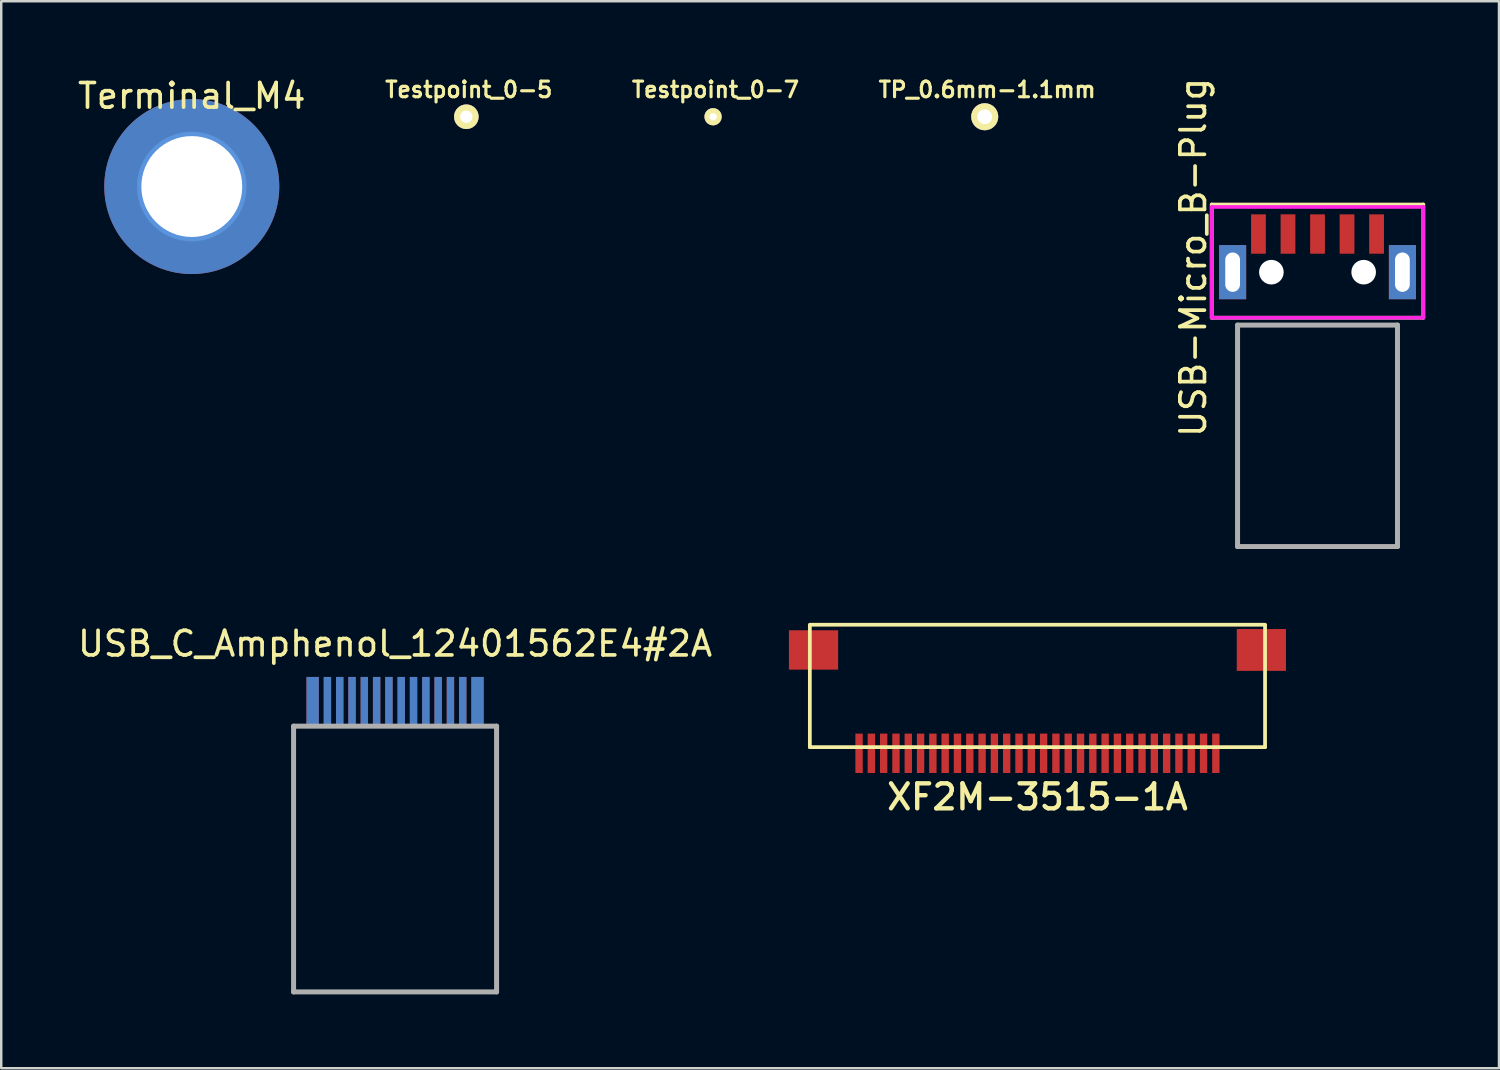
<source format=kicad_pcb>
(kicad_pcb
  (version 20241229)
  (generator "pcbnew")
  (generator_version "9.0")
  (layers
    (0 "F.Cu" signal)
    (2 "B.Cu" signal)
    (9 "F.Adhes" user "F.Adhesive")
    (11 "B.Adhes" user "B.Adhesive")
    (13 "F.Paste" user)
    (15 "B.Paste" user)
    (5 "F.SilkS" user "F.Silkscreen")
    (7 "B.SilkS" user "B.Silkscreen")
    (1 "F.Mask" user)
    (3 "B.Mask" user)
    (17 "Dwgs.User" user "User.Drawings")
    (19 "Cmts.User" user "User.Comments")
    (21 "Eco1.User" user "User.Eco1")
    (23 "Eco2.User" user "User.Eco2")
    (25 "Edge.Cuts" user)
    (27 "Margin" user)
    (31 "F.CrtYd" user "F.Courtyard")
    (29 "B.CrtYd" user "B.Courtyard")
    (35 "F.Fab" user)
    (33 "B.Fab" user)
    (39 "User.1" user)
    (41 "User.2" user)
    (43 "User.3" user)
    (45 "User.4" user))
  (footprint "TP_0.6mm-1.1mm"
    (layer "F.Cu")
    (at 36.969 1.694)
    (property "Reference" "TP_0.6mm-1.1mm" (at 0.1 -1.1 0) (layer "F.SilkS") (effects (font (size 0.635 0.635) (thickness 0.127))))
    (attr through_hole)
    (pad "1" thru_hole circle (at 0 0) (size 1.1 1.1) (drill 0.6) (layers "*.Cu" "*.Mask" "F.SilkS")))
  (footprint "Testpoint_0-5"
    (layer "F.Cu")
    (at 15.902 1.694)
    (property "Reference" "Testpoint_0-5" (at 0.1 -1.1 0) (layer "F.SilkS") (effects (font (size 0.635 0.635) (thickness 0.127))))
    (attr through_hole)
    (pad "1" thru_hole circle (at 0 0) (size 1 1) (drill 0.5) (layers "*.Cu" "*.Mask" "F.SilkS")))
  (footprint "USB_C_Amphenol_12401562E4#2A"
    (layer "F.Cu")
    (at 13.006 25.461)
    (property "Reference" "USB_C_Amphenol_12401562E4#2A" (at 0 -2.35 0) (layer "F.SilkS") (effects (font (size 1 1) (thickness 0.15))))
    (attr through_hole)
    (fp_line (start -4.125 1) (end 4.125 1) (stroke (width 0.203) (type solid)) (layer "F.Fab"))
    (fp_line (start -4.125 11.8) (end -4.125 1) (stroke (width 0.203) (type solid)) (layer "F.Fab"))
    (fp_line (start -4.125 11.8) (end 4.125 11.8) (stroke (width 0.203) (type solid)) (layer "F.Fab"))
    (fp_line (start 4.125 1) (end 4.125 11.8) (stroke (width 0.203) (type solid)) (layer "F.Fab"))
    (pad "A1" smd rect (at -2.75 0) (size 0.3 2) (layers "F.Cu" "F.Mask" "F.Paste"))
    (pad "A2" smd rect (at -2.25 0) (size 0.3 2) (layers "F.Cu" "F.Mask" "F.Paste"))
    (pad "A3" smd rect (at -1.75 0) (size 0.3 2) (layers "F.Cu" "F.Mask" "F.Paste"))
    (pad "A4" smd rect (at -1.25 0) (size 0.3 2) (layers "F.Cu" "F.Mask" "F.Paste"))
    (pad "A5" smd rect (at -0.75 0) (size 0.3 2) (layers "F.Cu" "F.Mask" "F.Paste"))
    (pad "A6" smd rect (at -0.25 0) (size 0.3 2) (layers "F.Cu" "F.Mask" "F.Paste"))
    (pad "A7" smd rect (at 0.25 0) (size 0.3 2) (layers "F.Cu" "F.Mask" "F.Paste"))
    (pad "A8" smd rect (at 0.75 0) (size 0.3 2) (layers "F.Cu" "F.Mask" "F.Paste"))
    (pad "A9" smd rect (at 1.25 0) (size 0.3 2) (layers "F.Cu" "F.Mask" "F.Paste"))
    (pad "A10" smd rect (at 1.75 0) (size 0.3 2) (layers "F.Cu" "F.Mask" "F.Paste"))
    (pad "A11" smd rect (at 2.25 0) (size 0.3 2) (layers "F.Cu" "F.Mask" "F.Paste"))
    (pad "A12" smd rect (at 2.75 0) (size 0.3 2) (layers "F.Cu" "F.Mask" "F.Paste"))
    (pad "B1" smd rect (at 2.75 0) (size 0.3 2) (layers "B.Cu" "B.Mask" "B.Paste"))
    (pad "B2" smd rect (at 2.25 0) (size 0.3 2) (layers "B.Cu" "B.Mask" "B.Paste"))
    (pad "B3" smd rect (at 1.75 0) (size 0.3 2) (layers "B.Cu" "B.Mask" "B.Paste"))
    (pad "B4" smd rect (at 1.25 0) (size 0.3 2) (layers "B.Cu" "B.Mask" "B.Paste"))
    (pad "B5" smd rect (at 0.75 0) (size 0.3 2) (layers "B.Cu" "B.Mask" "B.Paste"))
    (pad "B6" smd rect (at 0.25 0) (size 0.3 2) (layers "B.Cu" "B.Mask" "B.Paste"))
    (pad "B7" smd rect (at -0.25 0) (size 0.3 2) (layers "B.Cu" "B.Mask" "B.Paste"))
    (pad "B8" smd rect (at -0.75 0) (size 0.3 2) (layers "B.Cu" "B.Mask" "B.Paste"))
    (pad "B9" smd rect (at -1.25 0) (size 0.3 2) (layers "B.Cu" "B.Mask" "B.Paste"))
    (pad "B10" smd rect (at -1.75 0) (size 0.3 2) (layers "B.Cu" "B.Mask" "B.Paste"))
    (pad "B11" smd rect (at -2.25 0) (size 0.3 2) (layers "B.Cu" "B.Mask" "B.Paste"))
    (pad "B12" smd rect (at -2.75 0) (size 0.3 2) (layers "B.Cu" "B.Mask" "B.Paste"))
    (pad "L" smd rect (at -3.35 0) (size 0.5 2) (layers "F.Cu" "F.Mask" "F.Paste"))
    (pad "L" smd rect (at -3.35 0) (size 0.5 2) (layers "B.Cu" "B.Mask" "B.Paste"))
    (pad "L" smd rect (at 3.35 0) (size 0.5 2) (layers "F.Cu" "F.Mask" "F.Paste"))
    (pad "L" smd rect (at 3.35 0) (size 0.5 2) (layers "B.Cu" "B.Mask" "B.Paste")))
  (footprint "Terminal_M4"
    (layer "F.Cu")
    (at 4.744 4.531)
    (property "Reference" "Terminal_M4" (at 0 -3.683 0) (layer "F.SilkS") (effects (font (size 1 1) (thickness 0.15))))
    (attr through_hole)
    (fp_circle (center 0 0) (end 2.1 0) (stroke (width 0.254) (type solid)) (fill no) (layer "Cmts.User"))
    (pad "1" thru_hole circle (at 0 0) (size 7.112 7.112) (drill 4.1) (layers "*.Cu" "*.Mask")))
  (footprint "XF2M-3515-1A"
    (layer "F.Cu")
    (at 39.112 27.314)
    (property "Reference" "XF2M-3515-1A" (at 0 2.025 0) (layer "F.SilkS") (effects (font (size 1.016 1.016) (thickness 0.178))))
    (attr through_hole)
    (fp_line (start -9.25 -4.975) (end 9.25 -4.975) (stroke (width 0.152) (type solid)) (layer "F.SilkS"))
    (fp_line (start -9.25 0) (end -9.25 -4.95) (stroke (width 0.152) (type solid)) (layer "F.SilkS"))
    (fp_line (start -9.25 0) (end 9.25 0) (stroke (width 0.152) (type solid)) (layer "F.SilkS"))
    (fp_line (start 9.25 0) (end 9.25 -4.95) (stroke (width 0.152) (type solid)) (layer "F.SilkS"))
    (pad "1" smd rect (at -7.25 0.25) (size 0.3 1.6) (layers "F.Cu" "F.Mask" "F.Paste"))
    (pad "2" smd rect (at -6.75 0.25) (size 0.3 1.6) (layers "F.Cu" "F.Mask" "F.Paste"))
    (pad "3" smd rect (at -6.25 0.25) (size 0.3 1.6) (layers "F.Cu" "F.Mask" "F.Paste"))
    (pad "4" smd rect (at -5.75 0.25) (size 0.3 1.6) (layers "F.Cu" "F.Mask" "F.Paste"))
    (pad "5" smd rect (at -5.25 0.25) (size 0.3 1.6) (layers "F.Cu" "F.Mask" "F.Paste"))
    (pad "6" smd rect (at -4.75 0.25) (size 0.3 1.6) (layers "F.Cu" "F.Mask" "F.Paste"))
    (pad "7" smd rect (at -4.25 0.25) (size 0.3 1.6) (layers "F.Cu" "F.Mask" "F.Paste"))
    (pad "8" smd rect (at -3.75 0.25) (size 0.3 1.6) (layers "F.Cu" "F.Mask" "F.Paste"))
    (pad "9" smd rect (at -3.25 0.25) (size 0.3 1.6) (layers "F.Cu" "F.Mask" "F.Paste"))
    (pad "10" smd rect (at -2.75 0.25) (size 0.3 1.6) (layers "F.Cu" "F.Mask" "F.Paste"))
    (pad "11" smd rect (at -2.25 0.25) (size 0.3 1.6) (layers "F.Cu" "F.Mask" "F.Paste"))
    (pad "12" smd rect (at -1.75 0.25) (size 0.3 1.6) (layers "F.Cu" "F.Mask" "F.Paste"))
    (pad "13" smd rect (at -1.25 0.25) (size 0.3 1.6) (layers "F.Cu" "F.Mask" "F.Paste"))
    (pad "14" smd rect (at -0.75 0.25) (size 0.3 1.6) (layers "F.Cu" "F.Mask" "F.Paste"))
    (pad "15" smd rect (at -0.25 0.25) (size 0.3 1.6) (layers "F.Cu" "F.Mask" "F.Paste"))
    (pad "16" smd rect (at 0.25 0.25) (size 0.3 1.6) (layers "F.Cu" "F.Mask" "F.Paste"))
    (pad "17" smd rect (at 0.75 0.25) (size 0.3 1.6) (layers "F.Cu" "F.Mask" "F.Paste"))
    (pad "18" smd rect (at 1.25 0.25) (size 0.3 1.6) (layers "F.Cu" "F.Mask" "F.Paste"))
    (pad "19" smd rect (at 1.75 0.25) (size 0.3 1.6) (layers "F.Cu" "F.Mask" "F.Paste"))
    (pad "20" smd rect (at 2.25 0.25) (size 0.3 1.6) (layers "F.Cu" "F.Mask" "F.Paste"))
    (pad "21" smd rect (at 2.75 0.25) (size 0.3 1.6) (layers "F.Cu" "F.Mask" "F.Paste"))
    (pad "22" smd rect (at 3.25 0.25) (size 0.3 1.6) (layers "F.Cu" "F.Mask" "F.Paste"))
    (pad "23" smd rect (at 3.75 0.25) (size 0.3 1.6) (layers "F.Cu" "F.Mask" "F.Paste"))
    (pad "24" smd rect (at 4.25 0.25) (size 0.3 1.6) (layers "F.Cu" "F.Mask" "F.Paste"))
    (pad "25" smd rect (at 4.75 0.25) (size 0.3 1.6) (layers "F.Cu" "F.Mask" "F.Paste"))
    (pad "26" smd rect (at 5.25 0.25) (size 0.3 1.6) (layers "F.Cu" "F.Mask" "F.Paste"))
    (pad "27" smd rect (at 5.75 0.25) (size 0.3 1.6) (layers "F.Cu" "F.Mask" "F.Paste"))
    (pad "28" smd rect (at 6.25 0.25) (size 0.3 1.6) (layers "F.Cu" "F.Mask" "F.Paste"))
    (pad "29" smd rect (at 6.75 0.25) (size 0.3 1.6) (layers "F.Cu" "F.Mask" "F.Paste"))
    (pad "30" smd rect (at 7.25 0.25) (size 0.3 1.6) (layers "F.Cu" "F.Mask" "F.Paste"))
    (pad "41" smd rect (at -9.1 -3.95) (size 2 1.6) (layers "F.Cu" "F.Mask" "F.Paste"))
    (pad "41" smd rect (at 9.1 -3.95) (size 2 1.7) (layers "F.Cu" "F.Mask" "F.Paste")))
  (footprint "USB-Micro_B-Plug"
    (layer "F.Cu")
    (at 50.494 6.561)
    (property "Reference" "USB-Micro_B-Plug" (at -5.05 0.85 90) (layer "F.SilkS") (effects (font (size 1 1) (thickness 0.15))))
    (attr through_hole)
    (fp_line (start -4.3 -1.3) (end 4.3 -1.3) (stroke (width 0.15) (type solid)) (layer "F.SilkS"))
    (fp_line (start -4.3 3.3) (end -4.3 -1.3) (stroke (width 0.15) (type solid)) (layer "F.SilkS"))
    (fp_line (start 4.3 -1.3) (end 4.3 3.3) (stroke (width 0.15) (type solid)) (layer "F.SilkS"))
    (fp_line (start 4.3 3.3) (end -4.3 3.3) (stroke (width 0.15) (type solid)) (layer "F.SilkS"))
    (fp_line (start -4.3 -1.2) (end 4.3 -1.2) (stroke (width 0.15) (type solid)) (layer "F.CrtYd"))
    (fp_line (start -4.3 3.3) (end -4.3 -1.2) (stroke (width 0.15) (type solid)) (layer "F.CrtYd"))
    (fp_line (start 4.3 -1.2) (end 4.3 3.3) (stroke (width 0.15) (type solid)) (layer "F.CrtYd"))
    (fp_line (start 4.3 3.3) (end -4.3 3.3) (stroke (width 0.15) (type solid)) (layer "F.CrtYd"))
    (fp_line (start -3.25 3.6) (end 3.25 3.6) (stroke (width 0.203) (type solid)) (layer "F.Fab"))
    (fp_line (start -3.25 12.6) (end -3.25 3.6) (stroke (width 0.203) (type solid)) (layer "F.Fab"))
    (fp_line (start -3.25 12.6) (end 3.25 12.6) (stroke (width 0.203) (type solid)) (layer "F.Fab"))
    (fp_line (start 3.25 3.6) (end 3.25 12.6) (stroke (width 0.203) (type solid)) (layer "F.Fab"))
    (pad "" np_thru_hole circle (at -1.875 1.45) (size 1 1) (drill 1) (layers "*.Cu" "*.Mask"))
    (pad "" np_thru_hole circle (at 1.875 1.45) (size 1 1) (drill 1) (layers "*.Cu" "*.Mask"))
    (pad "1" smd rect (at -2.4 0) (size 0.6 1.6) (drill (offset 0 -0.1)) (layers "F.Cu" "F.Mask" "F.Paste"))
    (pad "2" smd rect (at -1.2 0) (size 0.6 1.6) (drill (offset 0 -0.1)) (layers "F.Cu" "F.Mask" "F.Paste"))
    (pad "3" smd rect (at 0 0) (size 0.6 1.6) (drill (offset 0 -0.1)) (layers "F.Cu" "F.Mask" "F.Paste"))
    (pad "4" smd rect (at 1.2 0) (size 0.6 1.6) (drill (offset 0 -0.1)) (layers "F.Cu" "F.Mask" "F.Paste"))
    (pad "5" smd rect (at 2.4 0) (size 0.6 1.6) (drill (offset 0 -0.1)) (layers "F.Cu" "F.Mask" "F.Paste"))
    (pad "6" thru_hole rect (at -3.45 1.45) (size 1.1 2.2) (drill oval 0.6 1.6) (layers "*.Cu" "*.Mask"))
    (pad "6" thru_hole rect (at 3.45 1.45) (size 1.1 2.2) (drill oval 0.6 1.6) (layers "*.Cu" "*.Mask")))
  (footprint "Testpoint_0-7"
    (layer "F.Cu")
    (at 25.929 1.694)
    (property "Reference" "Testpoint_0-7" (at 0.1 -1.1 0) (layer "F.SilkS") (effects (font (size 0.635 0.635) (thickness 0.127))))
    (attr through_hole)
    (pad "1" thru_hole circle (at 0 0) (size 0.7 0.7) (drill 0.3) (layers "*.Cu" "*.Mask" "F.SilkS")))
  (gr_rect
    (start -3 -3)
    (end 57.869 40.362)
    (stroke (width 0.1) (type default))
    (fill no)
    (layer "Edge.Cuts")))
</source>
